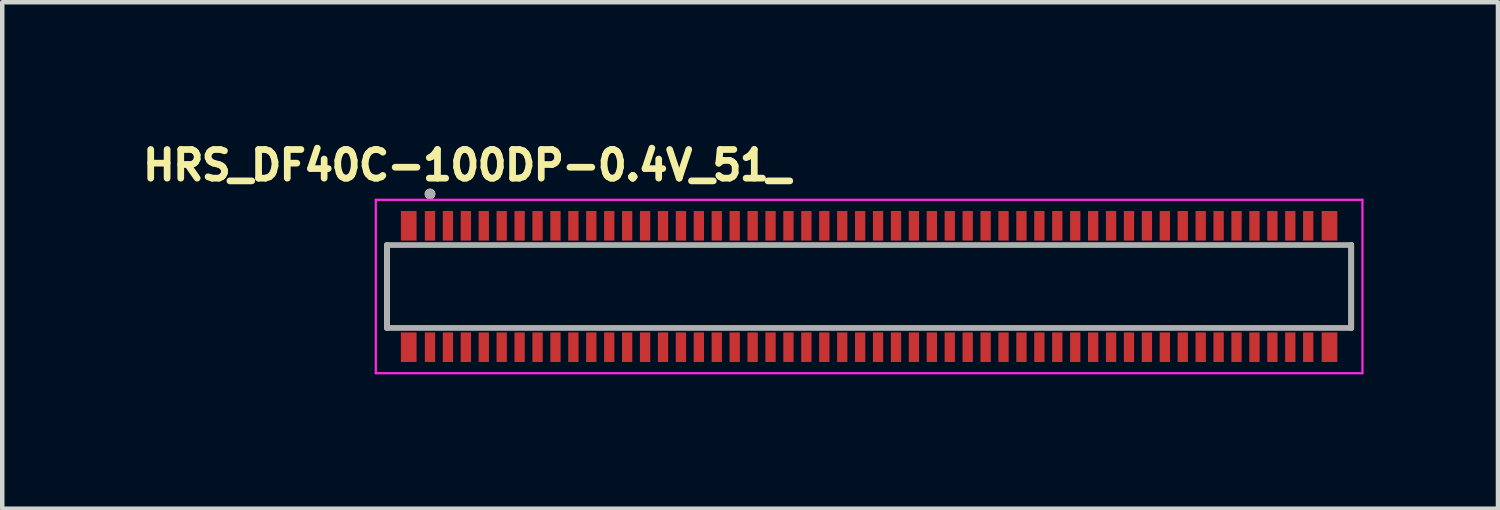
<source format=kicad_pcb>
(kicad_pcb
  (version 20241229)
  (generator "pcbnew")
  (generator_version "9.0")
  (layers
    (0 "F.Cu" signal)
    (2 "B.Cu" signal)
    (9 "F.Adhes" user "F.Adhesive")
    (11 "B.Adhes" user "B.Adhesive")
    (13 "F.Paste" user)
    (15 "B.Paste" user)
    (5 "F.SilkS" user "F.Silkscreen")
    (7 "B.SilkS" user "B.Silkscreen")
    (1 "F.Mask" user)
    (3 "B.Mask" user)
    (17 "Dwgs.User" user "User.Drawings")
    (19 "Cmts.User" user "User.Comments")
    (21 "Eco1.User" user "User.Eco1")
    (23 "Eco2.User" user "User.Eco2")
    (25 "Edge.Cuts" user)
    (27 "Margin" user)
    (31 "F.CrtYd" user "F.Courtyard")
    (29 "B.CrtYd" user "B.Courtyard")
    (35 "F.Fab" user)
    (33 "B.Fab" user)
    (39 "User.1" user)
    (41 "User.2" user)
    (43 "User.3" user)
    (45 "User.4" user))
  (footprint "HRS_DF40C-100DP-0.4V_51_"
    (layer "F.Cu")
    (at 16.347 3.344)
    (property "Reference" "HRS_DF40C-100DP-0.4V_51_" (at -8.978 -2.706 0) (layer "F.SilkS") (effects (font (size 0.64 0.64) (thickness 0.15))))
    (attr smd)
    (fp_line (start -10.76 0.925) (end -10.76 -0.925) (stroke (width 0.127) (type solid)) (layer "F.SilkS"))
    (fp_line (start 10.76 -0.925) (end 10.76 0.925) (stroke (width 0.127) (type solid)) (layer "F.SilkS"))
    (fp_circle (center -9.8 -2.065) (end -9.74 -2.065) (stroke (width 0.12) (type solid)) (fill no) (layer "F.SilkS"))
    (fp_line (start -11.01 -1.935) (end 11.01 -1.935) (stroke (width 0.05) (type solid)) (layer "F.CrtYd"))
    (fp_line (start -11.01 1.935) (end -11.01 -1.935) (stroke (width 0.05) (type solid)) (layer "F.CrtYd"))
    (fp_line (start 11.01 -1.935) (end 11.01 1.935) (stroke (width 0.05) (type solid)) (layer "F.CrtYd"))
    (fp_line (start 11.01 1.935) (end -11.01 1.935) (stroke (width 0.05) (type solid)) (layer "F.CrtYd"))
    (fp_line (start -10.76 -0.925) (end 10.76 -0.925) (stroke (width 0.127) (type solid)) (layer "F.Fab"))
    (fp_line (start -10.76 0.925) (end -10.76 -0.925) (stroke (width 0.127) (type solid)) (layer "F.Fab"))
    (fp_line (start 10.76 -0.925) (end 10.76 0.925) (stroke (width 0.127) (type solid)) (layer "F.Fab"))
    (fp_line (start 10.76 0.925) (end -10.76 0.925) (stroke (width 0.127) (type solid)) (layer "F.Fab"))
    (fp_circle (center -9.8 -2.065) (end -9.74 -2.065) (stroke (width 0.12) (type solid)) (fill no) (layer "F.Fab"))
    (pad "1" smd rect (at -9.8 -1.355) (size 0.23 0.66) (layers "F.Cu" "F.Mask" "F.Paste"))
    (pad "2" smd rect (at -9.8 1.355) (size 0.23 0.66) (layers "F.Cu" "F.Mask" "F.Paste"))
    (pad "3" smd rect (at -9.4 -1.355) (size 0.23 0.66) (layers "F.Cu" "F.Mask" "F.Paste"))
    (pad "4" smd rect (at -9.4 1.355) (size 0.23 0.66) (layers "F.Cu" "F.Mask" "F.Paste"))
    (pad "5" smd rect (at -9 -1.355) (size 0.23 0.66) (layers "F.Cu" "F.Mask" "F.Paste"))
    (pad "6" smd rect (at -9 1.355) (size 0.23 0.66) (layers "F.Cu" "F.Mask" "F.Paste"))
    (pad "7" smd rect (at -8.6 -1.355) (size 0.23 0.66) (layers "F.Cu" "F.Mask" "F.Paste"))
    (pad "8" smd rect (at -8.6 1.355) (size 0.23 0.66) (layers "F.Cu" "F.Mask" "F.Paste"))
    (pad "9" smd rect (at -8.2 -1.355) (size 0.23 0.66) (layers "F.Cu" "F.Mask" "F.Paste"))
    (pad "10" smd rect (at -8.2 1.355) (size 0.23 0.66) (layers "F.Cu" "F.Mask" "F.Paste"))
    (pad "11" smd rect (at -7.8 -1.355) (size 0.23 0.66) (layers "F.Cu" "F.Mask" "F.Paste"))
    (pad "12" smd rect (at -7.8 1.355) (size 0.23 0.66) (layers "F.Cu" "F.Mask" "F.Paste"))
    (pad "13" smd rect (at -7.4 -1.355) (size 0.23 0.66) (layers "F.Cu" "F.Mask" "F.Paste"))
    (pad "14" smd rect (at -7.4 1.355) (size 0.23 0.66) (layers "F.Cu" "F.Mask" "F.Paste"))
    (pad "15" smd rect (at -7 -1.355) (size 0.23 0.66) (layers "F.Cu" "F.Mask" "F.Paste"))
    (pad "16" smd rect (at -7 1.355) (size 0.23 0.66) (layers "F.Cu" "F.Mask" "F.Paste"))
    (pad "17" smd rect (at -6.6 -1.355) (size 0.23 0.66) (layers "F.Cu" "F.Mask" "F.Paste"))
    (pad "18" smd rect (at -6.6 1.355) (size 0.23 0.66) (layers "F.Cu" "F.Mask" "F.Paste"))
    (pad "19" smd rect (at -6.2 -1.355) (size 0.23 0.66) (layers "F.Cu" "F.Mask" "F.Paste"))
    (pad "20" smd rect (at -6.2 1.355) (size 0.23 0.66) (layers "F.Cu" "F.Mask" "F.Paste"))
    (pad "21" smd rect (at -5.8 -1.355) (size 0.23 0.66) (layers "F.Cu" "F.Mask" "F.Paste"))
    (pad "22" smd rect (at -5.8 1.355) (size 0.23 0.66) (layers "F.Cu" "F.Mask" "F.Paste"))
    (pad "23" smd rect (at -5.4 -1.355) (size 0.23 0.66) (layers "F.Cu" "F.Mask" "F.Paste"))
    (pad "24" smd rect (at -5.4 1.355) (size 0.23 0.66) (layers "F.Cu" "F.Mask" "F.Paste"))
    (pad "25" smd rect (at -5 -1.355) (size 0.23 0.66) (layers "F.Cu" "F.Mask" "F.Paste"))
    (pad "26" smd rect (at -5 1.355) (size 0.23 0.66) (layers "F.Cu" "F.Mask" "F.Paste"))
    (pad "27" smd rect (at -4.6 -1.355) (size 0.23 0.66) (layers "F.Cu" "F.Mask" "F.Paste"))
    (pad "28" smd rect (at -4.6 1.355) (size 0.23 0.66) (layers "F.Cu" "F.Mask" "F.Paste"))
    (pad "29" smd rect (at -4.2 -1.355) (size 0.23 0.66) (layers "F.Cu" "F.Mask" "F.Paste"))
    (pad "30" smd rect (at -4.2 1.355) (size 0.23 0.66) (layers "F.Cu" "F.Mask" "F.Paste"))
    (pad "31" smd rect (at -3.8 -1.355) (size 0.23 0.66) (layers "F.Cu" "F.Mask" "F.Paste"))
    (pad "32" smd rect (at -3.8 1.355) (size 0.23 0.66) (layers "F.Cu" "F.Mask" "F.Paste"))
    (pad "33" smd rect (at -3.4 -1.355) (size 0.23 0.66) (layers "F.Cu" "F.Mask" "F.Paste"))
    (pad "34" smd rect (at -3.4 1.355) (size 0.23 0.66) (layers "F.Cu" "F.Mask" "F.Paste"))
    (pad "35" smd rect (at -3 -1.355) (size 0.23 0.66) (layers "F.Cu" "F.Mask" "F.Paste"))
    (pad "36" smd rect (at -3 1.355) (size 0.23 0.66) (layers "F.Cu" "F.Mask" "F.Paste"))
    (pad "37" smd rect (at -2.6 -1.355) (size 0.23 0.66) (layers "F.Cu" "F.Mask" "F.Paste"))
    (pad "38" smd rect (at -2.6 1.355) (size 0.23 0.66) (layers "F.Cu" "F.Mask" "F.Paste"))
    (pad "39" smd rect (at -2.2 -1.355) (size 0.23 0.66) (layers "F.Cu" "F.Mask" "F.Paste"))
    (pad "40" smd rect (at -2.2 1.355) (size 0.23 0.66) (layers "F.Cu" "F.Mask" "F.Paste"))
    (pad "41" smd rect (at -1.8 -1.355) (size 0.23 0.66) (layers "F.Cu" "F.Mask" "F.Paste"))
    (pad "42" smd rect (at -1.8 1.355) (size 0.23 0.66) (layers "F.Cu" "F.Mask" "F.Paste"))
    (pad "43" smd rect (at -1.4 -1.355) (size 0.23 0.66) (layers "F.Cu" "F.Mask" "F.Paste"))
    (pad "44" smd rect (at -1.4 1.355) (size 0.23 0.66) (layers "F.Cu" "F.Mask" "F.Paste"))
    (pad "45" smd rect (at -1 -1.355) (size 0.23 0.66) (layers "F.Cu" "F.Mask" "F.Paste"))
    (pad "46" smd rect (at -1 1.355) (size 0.23 0.66) (layers "F.Cu" "F.Mask" "F.Paste"))
    (pad "47" smd rect (at -0.6 -1.355) (size 0.23 0.66) (layers "F.Cu" "F.Mask" "F.Paste"))
    (pad "48" smd rect (at -0.6 1.355) (size 0.23 0.66) (layers "F.Cu" "F.Mask" "F.Paste"))
    (pad "49" smd rect (at -0.2 -1.355) (size 0.23 0.66) (layers "F.Cu" "F.Mask" "F.Paste"))
    (pad "50" smd rect (at -0.2 1.355) (size 0.23 0.66) (layers "F.Cu" "F.Mask" "F.Paste"))
    (pad "51" smd rect (at 0.2 -1.355) (size 0.23 0.66) (layers "F.Cu" "F.Mask" "F.Paste"))
    (pad "52" smd rect (at 0.2 1.355) (size 0.23 0.66) (layers "F.Cu" "F.Mask" "F.Paste"))
    (pad "53" smd rect (at 0.6 -1.355) (size 0.23 0.66) (layers "F.Cu" "F.Mask" "F.Paste"))
    (pad "54" smd rect (at 0.6 1.355) (size 0.23 0.66) (layers "F.Cu" "F.Mask" "F.Paste"))
    (pad "55" smd rect (at 1 -1.355) (size 0.23 0.66) (layers "F.Cu" "F.Mask" "F.Paste"))
    (pad "56" smd rect (at 1 1.355) (size 0.23 0.66) (layers "F.Cu" "F.Mask" "F.Paste"))
    (pad "57" smd rect (at 1.4 -1.355) (size 0.23 0.66) (layers "F.Cu" "F.Mask" "F.Paste"))
    (pad "58" smd rect (at 1.4 1.355) (size 0.23 0.66) (layers "F.Cu" "F.Mask" "F.Paste"))
    (pad "59" smd rect (at 1.8 -1.355) (size 0.23 0.66) (layers "F.Cu" "F.Mask" "F.Paste"))
    (pad "60" smd rect (at 1.8 1.355) (size 0.23 0.66) (layers "F.Cu" "F.Mask" "F.Paste"))
    (pad "61" smd rect (at 2.2 -1.355) (size 0.23 0.66) (layers "F.Cu" "F.Mask" "F.Paste"))
    (pad "62" smd rect (at 2.2 1.355) (size 0.23 0.66) (layers "F.Cu" "F.Mask" "F.Paste"))
    (pad "63" smd rect (at 2.6 -1.355) (size 0.23 0.66) (layers "F.Cu" "F.Mask" "F.Paste"))
    (pad "64" smd rect (at 2.6 1.355) (size 0.23 0.66) (layers "F.Cu" "F.Mask" "F.Paste"))
    (pad "65" smd rect (at 3 -1.355) (size 0.23 0.66) (layers "F.Cu" "F.Mask" "F.Paste"))
    (pad "66" smd rect (at 3 1.355) (size 0.23 0.66) (layers "F.Cu" "F.Mask" "F.Paste"))
    (pad "67" smd rect (at 3.4 -1.355) (size 0.23 0.66) (layers "F.Cu" "F.Mask" "F.Paste"))
    (pad "68" smd rect (at 3.4 1.355) (size 0.23 0.66) (layers "F.Cu" "F.Mask" "F.Paste"))
    (pad "69" smd rect (at 3.8 -1.355) (size 0.23 0.66) (layers "F.Cu" "F.Mask" "F.Paste"))
    (pad "70" smd rect (at 3.8 1.355) (size 0.23 0.66) (layers "F.Cu" "F.Mask" "F.Paste"))
    (pad "71" smd rect (at 4.2 -1.355) (size 0.23 0.66) (layers "F.Cu" "F.Mask" "F.Paste"))
    (pad "72" smd rect (at 4.2 1.355) (size 0.23 0.66) (layers "F.Cu" "F.Mask" "F.Paste"))
    (pad "73" smd rect (at 4.6 -1.355) (size 0.23 0.66) (layers "F.Cu" "F.Mask" "F.Paste"))
    (pad "74" smd rect (at 4.6 1.355) (size 0.23 0.66) (layers "F.Cu" "F.Mask" "F.Paste"))
    (pad "75" smd rect (at 5 -1.355) (size 0.23 0.66) (layers "F.Cu" "F.Mask" "F.Paste"))
    (pad "76" smd rect (at 5 1.355) (size 0.23 0.66) (layers "F.Cu" "F.Mask" "F.Paste"))
    (pad "77" smd rect (at 5.4 -1.355) (size 0.23 0.66) (layers "F.Cu" "F.Mask" "F.Paste"))
    (pad "78" smd rect (at 5.4 1.355) (size 0.23 0.66) (layers "F.Cu" "F.Mask" "F.Paste"))
    (pad "79" smd rect (at 5.8 -1.355) (size 0.23 0.66) (layers "F.Cu" "F.Mask" "F.Paste"))
    (pad "80" smd rect (at 5.8 1.355) (size 0.23 0.66) (layers "F.Cu" "F.Mask" "F.Paste"))
    (pad "81" smd rect (at 6.2 -1.355) (size 0.23 0.66) (layers "F.Cu" "F.Mask" "F.Paste"))
    (pad "82" smd rect (at 6.2 1.355) (size 0.23 0.66) (layers "F.Cu" "F.Mask" "F.Paste"))
    (pad "83" smd rect (at 6.6 -1.355) (size 0.23 0.66) (layers "F.Cu" "F.Mask" "F.Paste"))
    (pad "84" smd rect (at 6.6 1.355) (size 0.23 0.66) (layers "F.Cu" "F.Mask" "F.Paste"))
    (pad "85" smd rect (at 7 -1.355) (size 0.23 0.66) (layers "F.Cu" "F.Mask" "F.Paste"))
    (pad "86" smd rect (at 7 1.355) (size 0.23 0.66) (layers "F.Cu" "F.Mask" "F.Paste"))
    (pad "87" smd rect (at 7.4 -1.355) (size 0.23 0.66) (layers "F.Cu" "F.Mask" "F.Paste"))
    (pad "88" smd rect (at 7.4 1.355) (size 0.23 0.66) (layers "F.Cu" "F.Mask" "F.Paste"))
    (pad "89" smd rect (at 7.8 -1.355) (size 0.23 0.66) (layers "F.Cu" "F.Mask" "F.Paste"))
    (pad "90" smd rect (at 7.8 1.355) (size 0.23 0.66) (layers "F.Cu" "F.Mask" "F.Paste"))
    (pad "91" smd rect (at 8.2 -1.355) (size 0.23 0.66) (layers "F.Cu" "F.Mask" "F.Paste"))
    (pad "92" smd rect (at 8.2 1.355) (size 0.23 0.66) (layers "F.Cu" "F.Mask" "F.Paste"))
    (pad "93" smd rect (at 8.6 -1.355) (size 0.23 0.66) (layers "F.Cu" "F.Mask" "F.Paste"))
    (pad "94" smd rect (at 8.6 1.355) (size 0.23 0.66) (layers "F.Cu" "F.Mask" "F.Paste"))
    (pad "95" smd rect (at 9 -1.355) (size 0.23 0.66) (layers "F.Cu" "F.Mask" "F.Paste"))
    (pad "96" smd rect (at 9 1.355) (size 0.23 0.66) (layers "F.Cu" "F.Mask" "F.Paste"))
    (pad "97" smd rect (at 9.4 -1.355) (size 0.23 0.66) (layers "F.Cu" "F.Mask" "F.Paste"))
    (pad "98" smd rect (at 9.4 1.355) (size 0.23 0.66) (layers "F.Cu" "F.Mask" "F.Paste"))
    (pad "99" smd rect (at 9.8 -1.355) (size 0.23 0.66) (layers "F.Cu" "F.Mask" "F.Paste"))
    (pad "100" smd rect (at 9.8 1.355) (size 0.23 0.66) (layers "F.Cu" "F.Mask" "F.Paste"))
    (pad "S1" smd rect (at -10.275 -1.355) (size 0.35 0.66) (layers "F.Cu" "F.Mask" "F.Paste"))
    (pad "S2" smd rect (at -10.275 1.355) (size 0.35 0.66) (layers "F.Cu" "F.Mask" "F.Paste"))
    (pad "S3" smd rect (at 10.275 -1.355) (size 0.35 0.66) (layers "F.Cu" "F.Mask" "F.Paste"))
    (pad "S4" smd rect (at 10.275 1.355) (size 0.35 0.66) (layers "F.Cu" "F.Mask" "F.Paste")))
  (gr_rect
    (start -3 -3)
    (end 30.382 8.304)
    (stroke (width 0.1) (type default))
    (fill no)
    (layer "Edge.Cuts")))
</source>
